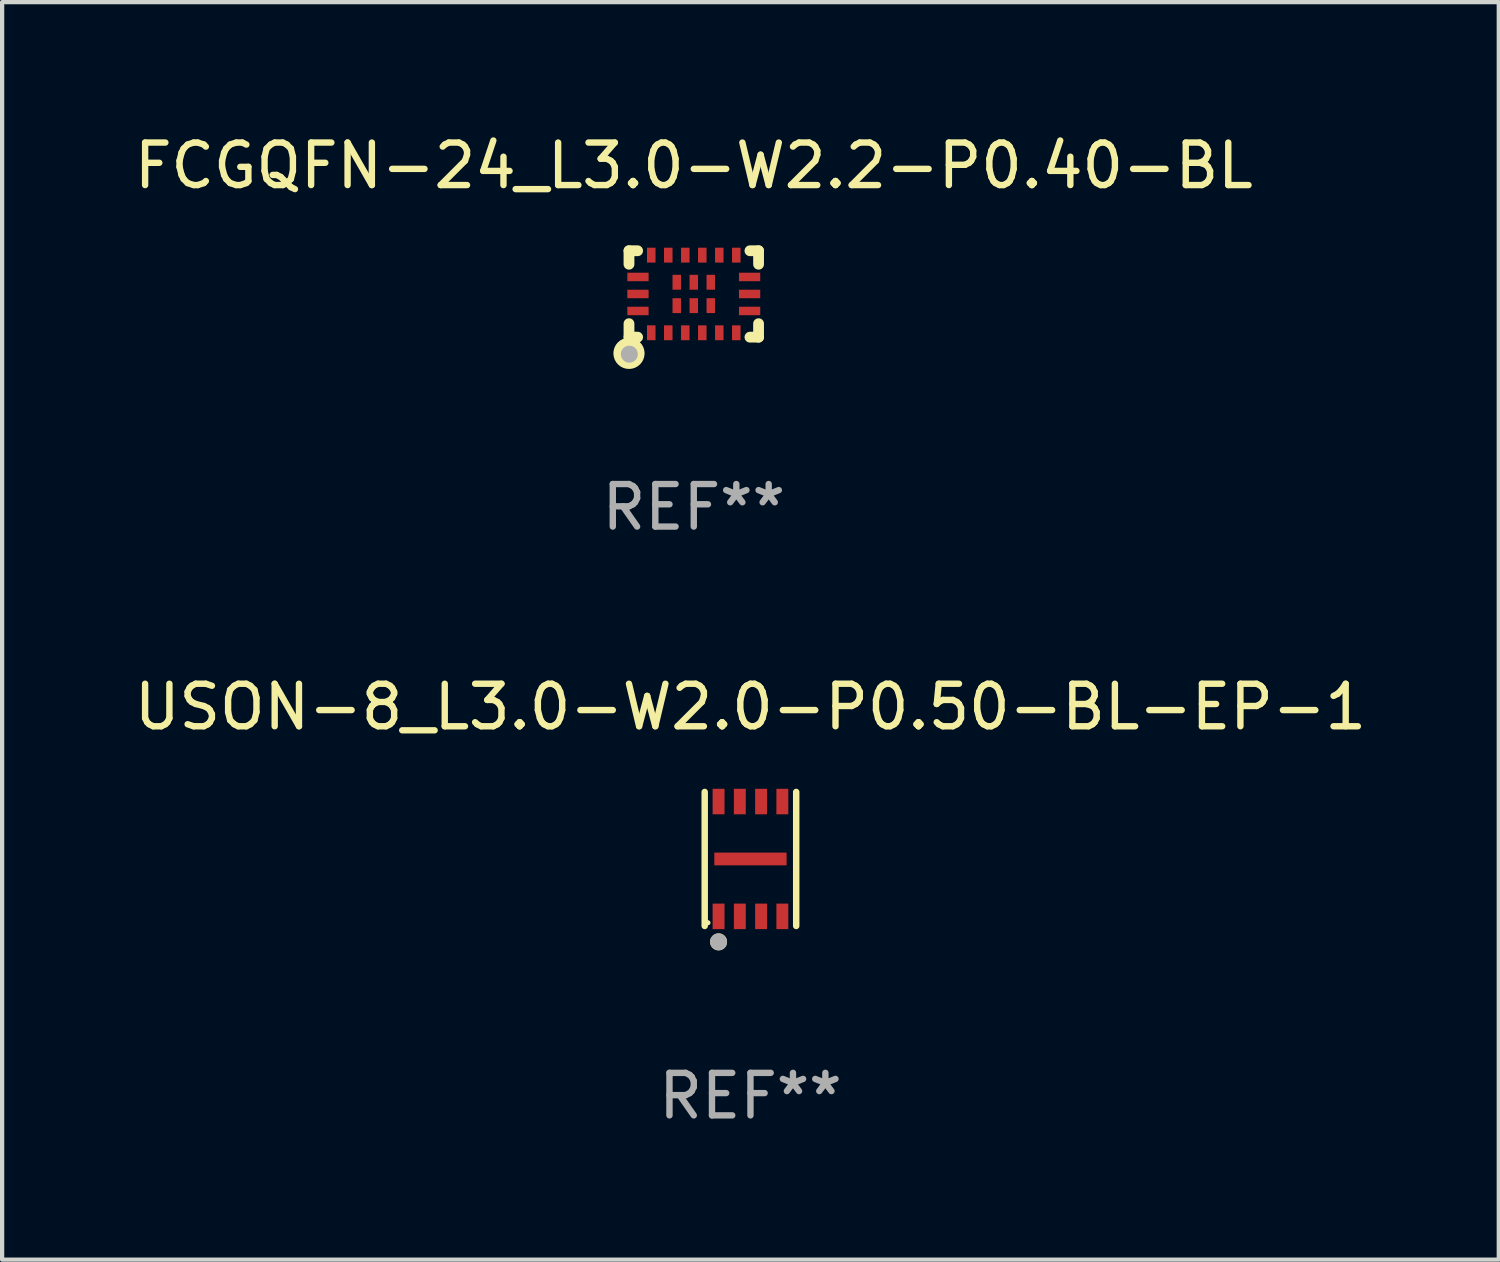
<source format=kicad_pcb>
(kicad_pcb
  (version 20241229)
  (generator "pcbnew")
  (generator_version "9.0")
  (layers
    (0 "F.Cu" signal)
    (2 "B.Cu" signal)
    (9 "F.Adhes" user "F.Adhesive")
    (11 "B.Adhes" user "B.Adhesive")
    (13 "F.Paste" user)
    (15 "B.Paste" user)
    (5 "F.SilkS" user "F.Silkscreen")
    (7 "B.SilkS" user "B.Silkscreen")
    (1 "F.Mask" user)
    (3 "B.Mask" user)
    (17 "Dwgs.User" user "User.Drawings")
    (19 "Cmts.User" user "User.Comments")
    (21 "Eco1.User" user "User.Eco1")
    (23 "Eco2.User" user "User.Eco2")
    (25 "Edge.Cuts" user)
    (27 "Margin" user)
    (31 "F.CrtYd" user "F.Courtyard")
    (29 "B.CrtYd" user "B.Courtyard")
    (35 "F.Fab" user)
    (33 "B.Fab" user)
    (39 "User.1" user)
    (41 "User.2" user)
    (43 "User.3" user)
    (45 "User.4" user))
  (footprint "FCGQFN-24_L3.0-W2.2-P0.40-BL"
    (layer "F.Cu")
    (at 13.268 3.864)
    (property "Reference" "FCGQFN-24_L3.0-W2.2-P0.40-BL" (at 0 -3.016 0) (layer "F.SilkS") (effects (font (size 1 1) (thickness 0.15))))
    (attr through_hole)
    (fp_line (start -1.524 -1.016) (end -1.524 -0.699) (stroke (width 0.254) (type solid)) (layer "F.SilkS"))
    (fp_line (start -1.524 0.699) (end -1.524 1.016) (stroke (width 0.254) (type solid)) (layer "F.SilkS"))
    (fp_line (start -1.524 1.016) (end -1.321 1.016) (stroke (width 0.254) (type solid)) (layer "F.SilkS"))
    (fp_line (start -1.321 -1.016) (end -1.524 -1.016) (stroke (width 0.254) (type solid)) (layer "F.SilkS"))
    (fp_line (start 1.321 1.016) (end 1.524 1.016) (stroke (width 0.254) (type solid)) (layer "F.SilkS"))
    (fp_line (start 1.524 -1.016) (end 1.321 -1.016) (stroke (width 0.254) (type solid)) (layer "F.SilkS"))
    (fp_line (start 1.524 -0.699) (end 1.524 -1.016) (stroke (width 0.254) (type solid)) (layer "F.SilkS"))
    (fp_line (start 1.524 1.016) (end 1.524 0.699) (stroke (width 0.254) (type solid)) (layer "F.SilkS"))
    (fp_circle (center -1.524 1.397) (end -1.411 1.397) (stroke (width 0.254) (type solid)) (fill no) (layer "F.SilkS"))
    (fp_circle (center -1.5 1.1) (end -1.47 1.1) (stroke (width 0.06) (type solid)) (fill no) (layer "F.SilkS"))
    (fp_circle (center -1.516 1.416) (end -1.416 1.416) (stroke (width 0.2) (type solid)) (fill no) (layer "F.Fab"))
    (fp_text user "REF**" (at 0 5.016 0) (layer "F.Fab") (effects (font (size 1 1) (thickness 0.15))))
    (pad "1" smd rect (at -1 0.913 90) (size 0.35 0.2) (layers "F.Cu" "F.Mask" "F.Paste"))
    (pad "2" smd rect (at -0.6 0.913 90) (size 0.35 0.2) (layers "F.Cu" "F.Mask" "F.Paste"))
    (pad "3" smd rect (at -0.2 0.913 90) (size 0.35 0.2) (layers "F.Cu" "F.Mask" "F.Paste"))
    (pad "4" smd rect (at 0.2 0.913 90) (size 0.35 0.2) (layers "F.Cu" "F.Mask" "F.Paste"))
    (pad "5" smd rect (at 0.6 0.913 90) (size 0.35 0.2) (layers "F.Cu" "F.Mask" "F.Paste"))
    (pad "6" smd rect (at 1 0.913 90) (size 0.35 0.2) (layers "F.Cu" "F.Mask" "F.Paste"))
    (pad "7" smd rect (at 1.313 0.4 180) (size 0.5 0.2) (layers "F.Cu" "F.Mask" "F.Paste"))
    (pad "8" smd rect (at 1.313 0 180) (size 0.5 0.2) (layers "F.Cu" "F.Mask" "F.Paste"))
    (pad "9" smd rect (at 1.313 -0.4 180) (size 0.5 0.2) (layers "F.Cu" "F.Mask" "F.Paste"))
    (pad "10" smd rect (at 1 -0.913 270) (size 0.35 0.2) (layers "F.Cu" "F.Mask" "F.Paste"))
    (pad "11" smd rect (at 0.6 -0.913 270) (size 0.35 0.2) (layers "F.Cu" "F.Mask" "F.Paste"))
    (pad "12" smd rect (at 0.2 -0.913 270) (size 0.35 0.2) (layers "F.Cu" "F.Mask" "F.Paste"))
    (pad "13" smd rect (at -0.2 -0.913 270) (size 0.35 0.2) (layers "F.Cu" "F.Mask" "F.Paste"))
    (pad "14" smd rect (at -0.6 -0.913 270) (size 0.35 0.2) (layers "F.Cu" "F.Mask" "F.Paste"))
    (pad "15" smd rect (at -1 -0.913 270) (size 0.35 0.2) (layers "F.Cu" "F.Mask" "F.Paste"))
    (pad "16" smd rect (at -1.313 -0.4) (size 0.5 0.2) (layers "F.Cu" "F.Mask" "F.Paste"))
    (pad "17" smd rect (at -1.313 0) (size 0.5 0.2) (layers "F.Cu" "F.Mask" "F.Paste"))
    (pad "18" smd rect (at -1.313 0.4) (size 0.5 0.2) (layers "F.Cu" "F.Mask" "F.Paste"))
    (pad "19" smd rect (at -0.4 0.275) (size 0.2 0.35) (layers "F.Cu" "F.Mask" "F.Paste"))
    (pad "20" smd rect (at 0.000076 0.275) (size 0.2 0.35) (layers "F.Cu" "F.Mask" "F.Paste"))
    (pad "21" smd rect (at 0.4 0.275) (size 0.2 0.35) (layers "F.Cu" "F.Mask" "F.Paste"))
    (pad "22" smd rect (at 0.4 -0.275) (size 0.2 0.35) (layers "F.Cu" "F.Mask" "F.Paste"))
    (pad "23" smd rect (at 0.000076 -0.275) (size 0.2 0.35) (layers "F.Cu" "F.Mask" "F.Paste"))
    (pad "24" smd rect (at -0.4 -0.275) (size 0.2 0.35) (layers "F.Cu" "F.Mask" "F.Paste")))
  (footprint "USON-8_L3.0-W2.0-P0.50-BL-EP-1"
    (layer "F.Cu")
    (at 14.601 17.153)
    (property "Reference" "USON-8_L3.0-W2.0-P0.50-BL-EP-1" (at 0.000089 -3.576 0) (layer "F.SilkS") (effects (font (size 1 1) (thickness 0.15))))
    (attr through_hole)
    (fp_line (start -1.076 -1.576) (end -1.076 1.576) (stroke (width 0.152) (type solid)) (layer "F.SilkS"))
    (fp_line (start 1.076 1.576) (end 1.076 -1.576) (stroke (width 0.152) (type solid)) (layer "F.SilkS"))
    (fp_circle (center -1 1.5) (end -0.97 1.5) (stroke (width 0.06) (type solid)) (fill no) (layer "F.SilkS"))
    (fp_circle (center -0.75 1.95) (end -0.65 1.95) (stroke (width 0.2) (type solid)) (fill no) (layer "F.SilkS"))
    (fp_circle (center -0.75 1.95) (end -0.65 1.95) (stroke (width 0.2) (type solid)) (fill no) (layer "F.Fab"))
    (fp_text user "REF**" (at 0.000089 5.576 0) (layer "F.Fab") (effects (font (size 1 1) (thickness 0.15))))
    (pad "1" smd rect (at -0.75 1.35 270) (size 0.6 0.28) (layers "F.Cu" "F.Mask" "F.Paste"))
    (pad "2" smd rect (at -0.25 1.35 270) (size 0.6 0.28) (layers "F.Cu" "F.Mask" "F.Paste"))
    (pad "3" smd rect (at 0.25 1.35 270) (size 0.6 0.28) (layers "F.Cu" "F.Mask" "F.Paste"))
    (pad "4" smd rect (at 0.75 1.35 270) (size 0.6 0.28) (layers "F.Cu" "F.Mask" "F.Paste"))
    (pad "5" smd rect (at 0.75 -1.35 270) (size 0.6 0.28) (layers "F.Cu" "F.Mask" "F.Paste"))
    (pad "6" smd rect (at 0.25 -1.35 270) (size 0.6 0.28) (layers "F.Cu" "F.Mask" "F.Paste"))
    (pad "7" smd rect (at -0.25 -1.35 270) (size 0.6 0.28) (layers "F.Cu" "F.Mask" "F.Paste"))
    (pad "8" smd rect (at -0.75 -1.35 270) (size 0.6 0.28) (layers "F.Cu" "F.Mask" "F.Paste"))
    (pad "9" smd rect (at 0 0 90) (size 0.3 1.7) (layers "F.Cu" "F.Mask" "F.Paste")))
  (gr_rect
    (start -3 -3)
    (end 32.202 26.577)
    (stroke (width 0.1) (type default))
    (fill no)
    (layer "Edge.Cuts")))
</source>
